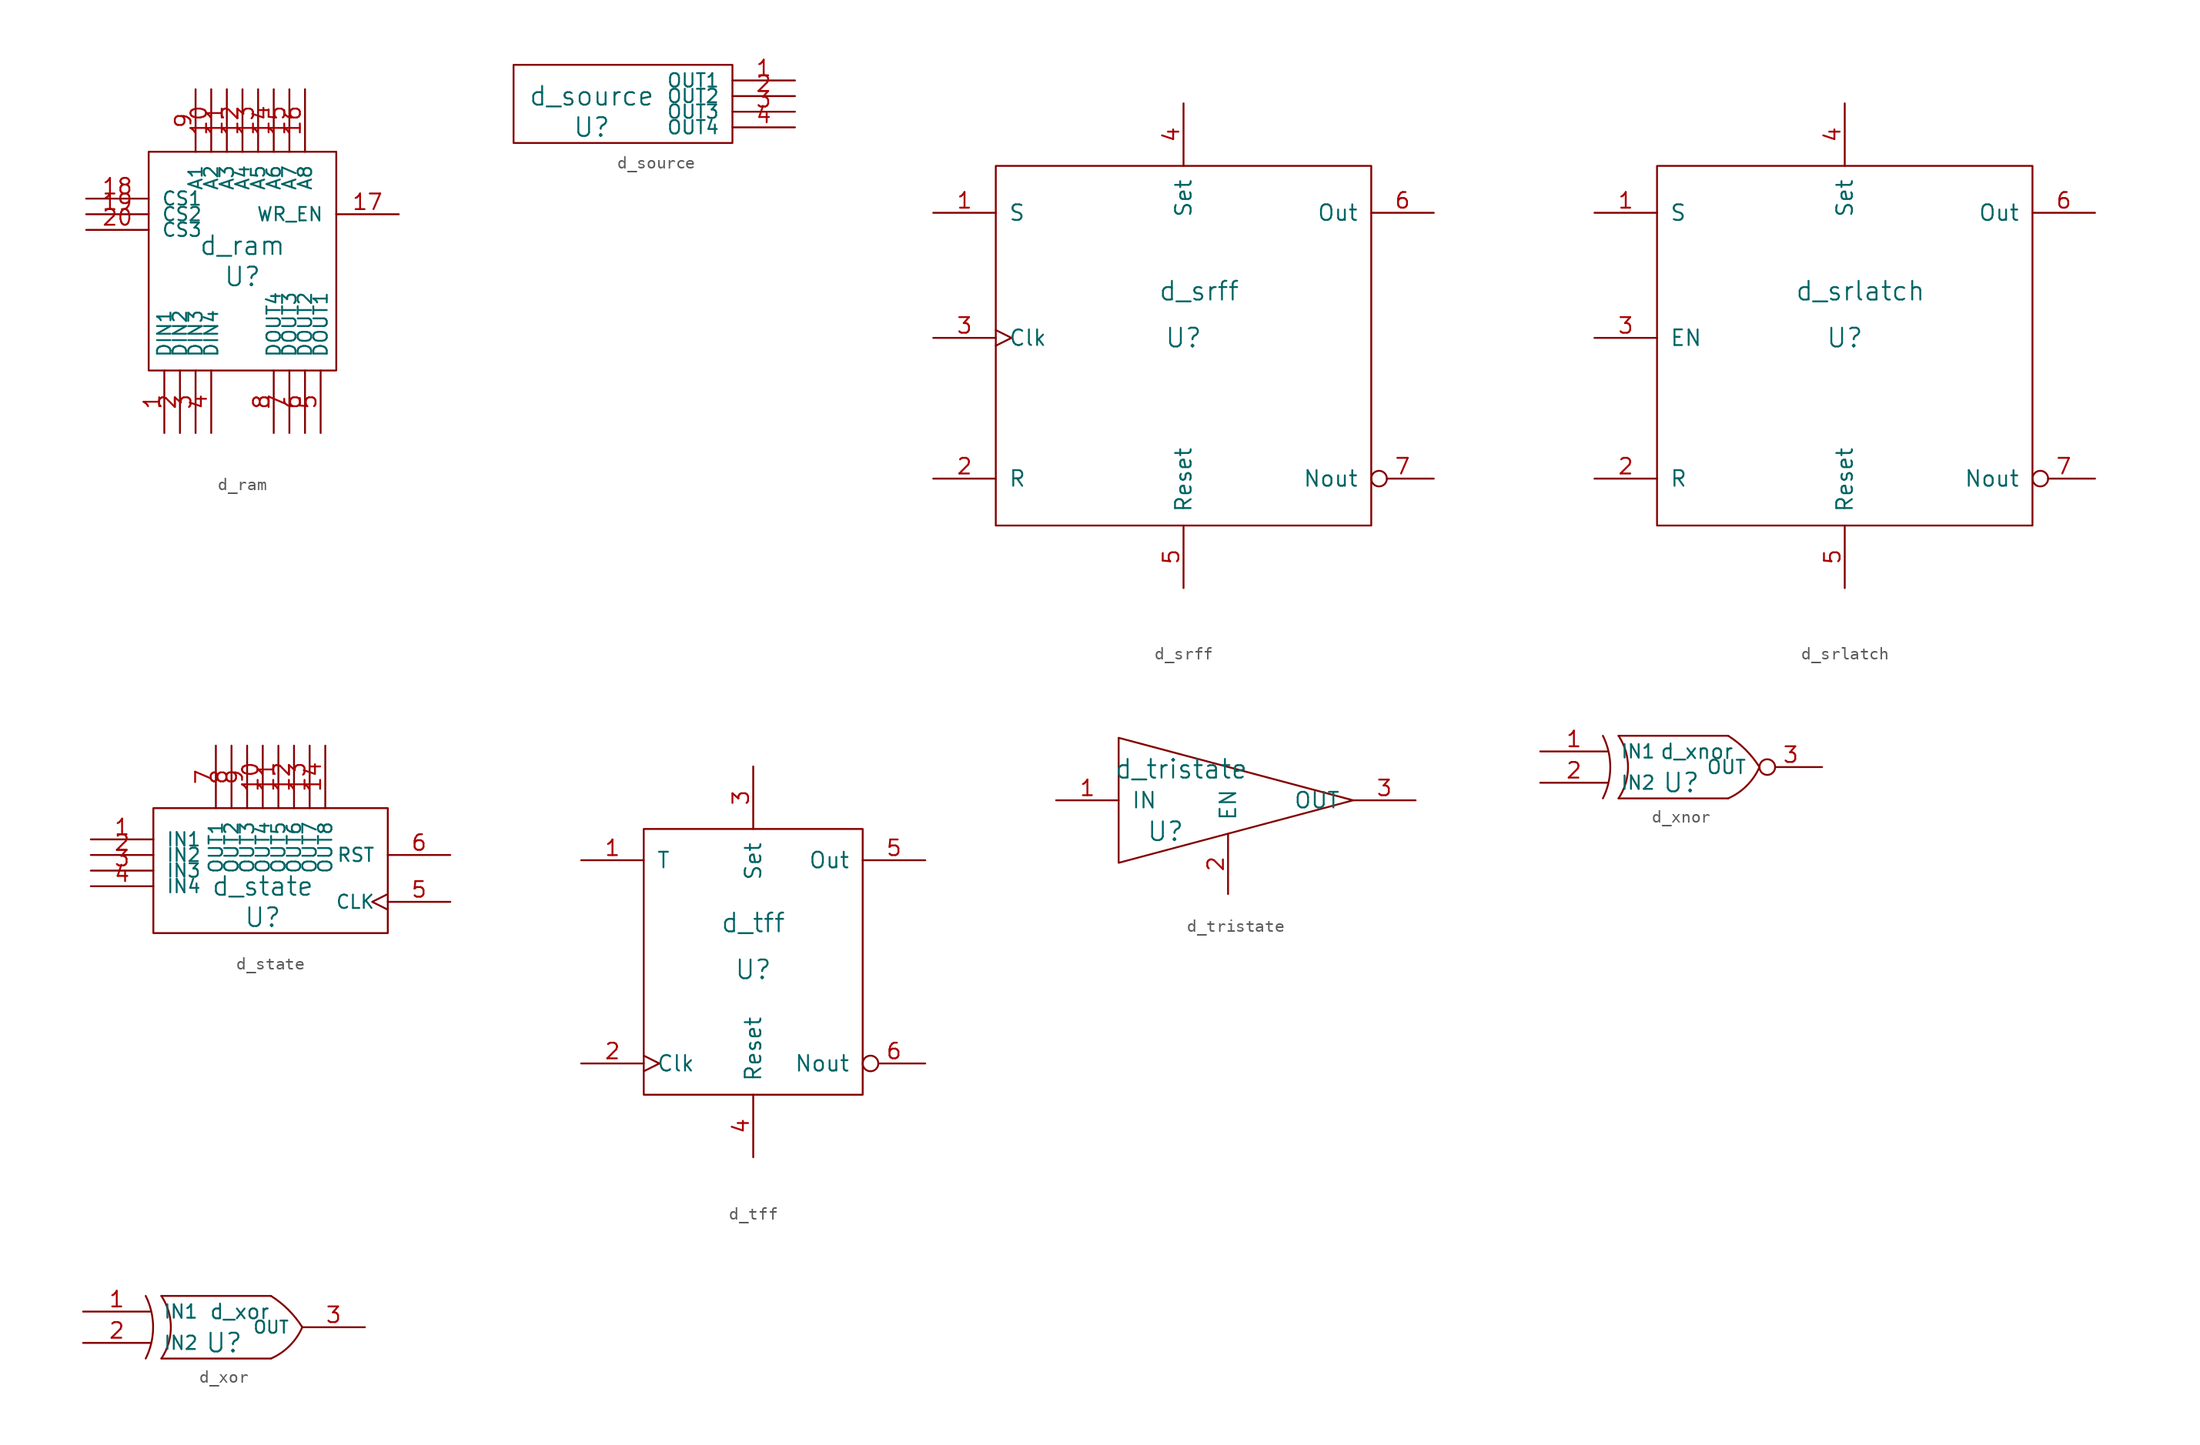
<source format=kicad_sym>
(kicad_symbol_lib
  (version 20211014)
  (generator kicad_symbol_editor)
  (symbol "d_ram"
    (pin_names
      (offset 1.016))
    (property "Reference" "U"
      (at 0 0 0)
      (effects (font (size 1.524 1.524))))
    (property "Value" "d_ram"
      (at 0 2.54 0)
      (effects (font (size 1.524 1.524))))
    (property "Footprint" ""
      (at 0 0 0)
      (effects (font (size 1.524 1.524))))
    (property "Datasheet" ""
      (at 0 0 0)
      (effects (font (size 1.524 1.524))))
    (symbol "d_ram_0_1"
      (rectangle (start -7.62 10.16) (end 7.62 -7.62) (stroke (width 0) (type default) (color 0 0 0 0)) (fill (type none))))
    (symbol "d_ram_1_1"
      (pin input line (at -6.35 -12.7 90) (length 5.08) (name "DIN1" (effects (font (size 1.092 1.092)))) (number "1" (effects (font (size 1.27 1.27)))))
      (pin input line (at -2.54 15.24 270) (length 5.08) (name "A2" (effects (font (size 1.092 1.092)))) (number "10" (effects (font (size 1.27 1.27)))))
      (pin input line (at -1.27 15.24 270) (length 5.08) (name "A3" (effects (font (size 1.092 1.092)))) (number "11" (effects (font (size 1.27 1.27)))))
      (pin input line (at 0 15.24 270) (length 5.08) (name "A4" (effects (font (size 1.092 1.092)))) (number "12" (effects (font (size 1.27 1.27)))))
      (pin input line (at 1.27 15.24 270) (length 5.08) (name "A5" (effects (font (size 1.092 1.092)))) (number "13" (effects (font (size 1.27 1.27)))))
      (pin input line (at 2.54 15.24 270) (length 5.08) (name "A6" (effects (font (size 1.092 1.092)))) (number "14" (effects (font (size 1.27 1.27)))))
      (pin input line (at 3.81 15.24 270) (length 5.08) (name "A7" (effects (font (size 1.092 1.092)))) (number "15" (effects (font (size 1.27 1.27)))))
      (pin input line (at 5.08 15.24 270) (length 5.08) (name "A8" (effects (font (size 1.092 1.092)))) (number "16" (effects (font (size 1.27 1.27)))))
      (pin input line (at 12.7 5.08 180) (length 5.08) (name "WR_EN" (effects (font (size 1.092 1.092)))) (number "17" (effects (font (size 1.27 1.27)))))
      (pin input line (at -12.7 6.35 0) (length 5.08) (name "CS1" (effects (font (size 1.092 1.092)))) (number "18" (effects (font (size 1.27 1.27)))))
      (pin input line (at -12.7 5.08 0) (length 5.08) (name "CS2" (effects (font (size 1.092 1.092)))) (number "19" (effects (font (size 1.27 1.27)))))
      (pin input line (at -5.08 -12.7 90) (length 5.08) (name "DIN2" (effects (font (size 1.092 1.092)))) (number "2" (effects (font (size 1.27 1.27)))))
      (pin input line (at -12.7 3.81 0) (length 5.08) (name "CS3" (effects (font (size 1.092 1.092)))) (number "20" (effects (font (size 1.27 1.27)))))
      (pin input line (at -3.81 -12.7 90) (length 5.08) (name "DIN3" (effects (font (size 1.092 1.092)))) (number "3" (effects (font (size 1.27 1.27)))))
      (pin input line (at -2.54 -12.7 90) (length 5.08) (name "DIN4" (effects (font (size 1.092 1.092)))) (number "4" (effects (font (size 1.27 1.27)))))
      (pin output line (at 6.35 -12.7 90) (length 5.08) (name "DOUT1" (effects (font (size 1.092 1.092)))) (number "5" (effects (font (size 1.27 1.27)))))
      (pin output line (at 5.08 -12.7 90) (length 5.08) (name "DOUT2" (effects (font (size 1.092 1.092)))) (number "6" (effects (font (size 1.27 1.27)))))
      (pin output line (at 3.81 -12.7 90) (length 5.08) (name "DOUT3" (effects (font (size 1.092 1.092)))) (number "7" (effects (font (size 1.27 1.27)))))
      (pin output line (at 2.54 -12.7 90) (length 5.08) (name "DOUT4" (effects (font (size 1.092 1.092)))) (number "8" (effects (font (size 1.27 1.27)))))
      (pin input line (at -3.81 15.24 270) (length 5.08) (name "A1" (effects (font (size 1.092 1.092)))) (number "9" (effects (font (size 1.27 1.27)))))))
  (symbol "d_source"
    (pin_names
      (offset 1.016))
    (property "Reference" "U"
      (at 0 0 0)
      (effects (font (size 1.524 1.524))))
    (property "Value" "d_source"
      (at 0 2.54 0)
      (effects (font (size 1.524 1.524))))
    (property "Footprint" ""
      (at 0 0 0)
      (effects (font (size 1.524 1.524))))
    (property "Datasheet" ""
      (at 0 0 0)
      (effects (font (size 1.524 1.524))))
    (symbol "d_source_0_1"
      (rectangle (start -6.35 5.08) (end 11.43 -1.27) (stroke (width 0) (type default) (color 0 0 0 0)) (fill (type none))))
    (symbol "d_source_1_1"
      (pin output line (at 16.51 3.81 180) (length 5.08) (name "OUT1" (effects (font (size 1.092 1.092)))) (number "1" (effects (font (size 1.27 1.27)))))
      (pin output line (at 16.51 2.54 180) (length 5.08) (name "OUT2" (effects (font (size 1.092 1.092)))) (number "2" (effects (font (size 1.27 1.27)))))
      (pin output line (at 16.51 1.27 180) (length 5.08) (name "OUT3" (effects (font (size 1.092 1.092)))) (number "3" (effects (font (size 1.27 1.27)))))
      (pin output line (at 16.51 0 180) (length 5.08) (name "OUT4" (effects (font (size 1.092 1.092)))) (number "4" (effects (font (size 1.27 1.27)))))))
  (symbol "d_srff"
    (pin_names
      (offset 1.016))
    (property "Reference" "U"
      (at 0 0 0)
      (effects (font (size 1.524 1.524))))
    (property "Value" "d_srff"
      (at 1.27 3.81 0)
      (effects (font (size 1.524 1.524))))
    (property "Footprint" ""
      (at 0 0 0)
      (effects (font (size 1.524 1.524))))
    (property "Datasheet" ""
      (at 0 0 0)
      (effects (font (size 1.524 1.524))))
    (symbol "d_srff_0_1"
      (rectangle (start 15.24 13.97) (end -15.24 -15.24) (stroke (width 0) (type default) (color 0 0 0 0)) (fill (type none))))
    (symbol "d_srff_1_1"
      (pin input line (at -20.32 10.16 0) (length 5.08) (name "S" (effects (font (size 1.27 1.27)))) (number "1" (effects (font (size 1.27 1.27)))))
      (pin input line (at -20.32 -11.43 0) (length 5.08) (name "R" (effects (font (size 1.27 1.27)))) (number "2" (effects (font (size 1.27 1.27)))))
      (pin input clock (at -20.32 0 0) (length 5.08) (name "Clk" (effects (font (size 1.27 1.27)))) (number "3" (effects (font (size 1.27 1.27)))))
      (pin input line (at 0 19.05 270) (length 5.08) (name "Set" (effects (font (size 1.27 1.27)))) (number "4" (effects (font (size 1.27 1.27)))))
      (pin input line (at 0 -20.32 90) (length 5.08) (name "Reset" (effects (font (size 1.27 1.27)))) (number "5" (effects (font (size 1.27 1.27)))))
      (pin output line (at 20.32 10.16 180) (length 5.08) (name "Out" (effects (font (size 1.27 1.27)))) (number "6" (effects (font (size 1.27 1.27)))))
      (pin output inverted (at 20.32 -11.43 180) (length 5.08) (name "Nout" (effects (font (size 1.27 1.27)))) (number "7" (effects (font (size 1.27 1.27)))))))
  (symbol "d_srlatch"
    (pin_names
      (offset 1.016))
    (property "Reference" "U"
      (at 0 0 0)
      (effects (font (size 1.524 1.524))))
    (property "Value" "d_srlatch"
      (at 1.27 3.81 0)
      (effects (font (size 1.524 1.524))))
    (property "Footprint" ""
      (at 0 0 0)
      (effects (font (size 1.524 1.524))))
    (property "Datasheet" ""
      (at 0 0 0)
      (effects (font (size 1.524 1.524))))
    (symbol "d_srlatch_0_1"
      (rectangle (start 15.24 13.97) (end -15.24 -15.24) (stroke (width 0) (type default) (color 0 0 0 0)) (fill (type none))))
    (symbol "d_srlatch_1_1"
      (pin input line (at -20.32 10.16 0) (length 5.08) (name "S" (effects (font (size 1.27 1.27)))) (number "1" (effects (font (size 1.27 1.27)))))
      (pin input line (at -20.32 -11.43 0) (length 5.08) (name "R" (effects (font (size 1.27 1.27)))) (number "2" (effects (font (size 1.27 1.27)))))
      (pin input line (at -20.32 0 0) (length 5.08) (name "EN" (effects (font (size 1.27 1.27)))) (number "3" (effects (font (size 1.27 1.27)))))
      (pin input line (at 0 19.05 270) (length 5.08) (name "Set" (effects (font (size 1.27 1.27)))) (number "4" (effects (font (size 1.27 1.27)))))
      (pin input line (at 0 -20.32 90) (length 5.08) (name "Reset" (effects (font (size 1.27 1.27)))) (number "5" (effects (font (size 1.27 1.27)))))
      (pin output line (at 20.32 10.16 180) (length 5.08) (name "Out" (effects (font (size 1.27 1.27)))) (number "6" (effects (font (size 1.27 1.27)))))
      (pin output inverted (at 20.32 -11.43 180) (length 5.08) (name "Nout" (effects (font (size 1.27 1.27)))) (number "7" (effects (font (size 1.27 1.27)))))))
  (symbol "d_state"
    (pin_names
      (offset 1.016))
    (property "Reference" "U"
      (at 0 0 0)
      (effects (font (size 1.524 1.524))))
    (property "Value" "d_state"
      (at 0 2.54 0)
      (effects (font (size 1.524 1.524))))
    (property "Footprint" ""
      (at 0 0 0)
      (effects (font (size 1.524 1.524))))
    (property "Datasheet" ""
      (at 0 0 0)
      (effects (font (size 1.524 1.524))))
    (symbol "d_state_0_1"
      (rectangle (start -8.89 8.89) (end 10.16 -1.27) (stroke (width 0) (type default) (color 0 0 0 0)) (fill (type none))))
    (symbol "d_state_1_1"
      (pin input line (at -13.97 6.35 0) (length 5.08) (name "IN1" (effects (font (size 1.092 1.092)))) (number "1" (effects (font (size 1.27 1.27)))))
      (pin output line (at 0 13.97 270) (length 5.08) (name "OUT4" (effects (font (size 1.092 1.092)))) (number "10" (effects (font (size 1.27 1.27)))))
      (pin output line (at 1.27 13.97 270) (length 5.08) (name "OUT5" (effects (font (size 1.092 1.092)))) (number "11" (effects (font (size 1.27 1.27)))))
      (pin output line (at 2.54 13.97 270) (length 5.08) (name "OUT6" (effects (font (size 1.092 1.092)))) (number "12" (effects (font (size 1.27 1.27)))))
      (pin output line (at 3.81 13.97 270) (length 5.08) (name "OUT7" (effects (font (size 1.092 1.092)))) (number "13" (effects (font (size 1.27 1.27)))))
      (pin output line (at 5.08 13.97 270) (length 5.08) (name "OUT8" (effects (font (size 1.092 1.092)))) (number "14" (effects (font (size 1.27 1.27)))))
      (pin input line (at -13.97 5.08 0) (length 5.08) (name "IN2" (effects (font (size 1.092 1.092)))) (number "2" (effects (font (size 1.27 1.27)))))
      (pin input line (at -13.97 3.81 0) (length 5.08) (name "IN3" (effects (font (size 1.092 1.092)))) (number "3" (effects (font (size 1.27 1.27)))))
      (pin input line (at -13.97 2.54 0) (length 5.08) (name "IN4" (effects (font (size 1.092 1.092)))) (number "4" (effects (font (size 1.27 1.27)))))
      (pin input clock (at 15.24 1.27 180) (length 5.08) (name "CLK" (effects (font (size 1.092 1.092)))) (number "5" (effects (font (size 1.27 1.27)))))
      (pin input line (at 15.24 5.08 180) (length 5.08) (name "RST" (effects (font (size 1.092 1.092)))) (number "6" (effects (font (size 1.27 1.27)))))
      (pin output line (at -3.81 13.97 270) (length 5.08) (name "OUT1" (effects (font (size 1.092 1.092)))) (number "7" (effects (font (size 1.27 1.27)))))
      (pin output line (at -2.54 13.97 270) (length 5.08) (name "OUT2" (effects (font (size 1.092 1.092)))) (number "8" (effects (font (size 1.27 1.27)))))
      (pin output line (at -1.27 13.97 270) (length 5.08) (name "OUT3" (effects (font (size 1.092 1.092)))) (number "9" (effects (font (size 1.27 1.27)))))))
  (symbol "d_tff"
    (pin_names
      (offset 1.016))
    (property "Reference" "U"
      (at 0 0 0)
      (effects (font (size 1.524 1.524))))
    (property "Value" "d_tff"
      (at 0 3.81 0)
      (effects (font (size 1.524 1.524))))
    (property "Footprint" ""
      (at 0 0 0)
      (effects (font (size 1.524 1.524))))
    (property "Datasheet" ""
      (at 0 0 0)
      (effects (font (size 1.524 1.524))))
    (symbol "d_tff_0_1"
      (rectangle (start 8.89 11.43) (end -8.89 -10.16) (stroke (width 0) (type default) (color 0 0 0 0)) (fill (type none))))
    (symbol "d_tff_1_1"
      (pin input line (at -13.97 8.89 0) (length 5.08) (name "T" (effects (font (size 1.27 1.27)))) (number "1" (effects (font (size 1.27 1.27)))))
      (pin input clock (at -13.97 -7.62 0) (length 5.08) (name "Clk" (effects (font (size 1.27 1.27)))) (number "2" (effects (font (size 1.27 1.27)))))
      (pin input line (at 0 16.51 270) (length 5.08) (name "Set" (effects (font (size 1.27 1.27)))) (number "3" (effects (font (size 1.27 1.27)))))
      (pin input line (at 0 -15.24 90) (length 5.08) (name "Reset" (effects (font (size 1.27 1.27)))) (number "4" (effects (font (size 1.27 1.27)))))
      (pin output line (at 13.97 8.89 180) (length 5.08) (name "Out" (effects (font (size 1.27 1.27)))) (number "5" (effects (font (size 1.27 1.27)))))
      (pin output inverted (at 13.97 -7.62 180) (length 5.08) (name "Nout" (effects (font (size 1.27 1.27)))) (number "6" (effects (font (size 1.27 1.27)))))))
  (symbol "d_tristate"
    (pin_names
      (offset 1.016))
    (property "Reference" "U"
      (at -6.35 6.35 0)
      (effects (font (size 1.524 1.524))))
    (property "Value" "d_tristate"
      (at -5.08 11.43 0)
      (effects (font (size 1.524 1.524))))
    (property "Footprint" ""
      (at -2.54 8.89 0)
      (effects (font (size 1.524 1.524))))
    (property "Datasheet" ""
      (at -2.54 8.89 0)
      (effects (font (size 1.524 1.524))))
    (symbol "d_tristate_0_1"
      (polyline (pts (xy -10.16 13.97) (xy -10.16 3.81) (xy 8.89 8.89) (xy -10.16 13.97)) (stroke (width 0) (type default) (color 0 0 0 0)) (fill (type none))))
    (symbol "d_tristate_1_1"
      (pin input line (at -15.24 8.89 0) (length 5.08) (name "IN" (effects (font (size 1.27 1.27)))) (number "1" (effects (font (size 1.27 1.27)))))
      (pin input line (at -1.27 1.27 90) (length 4.902) (name "EN" (effects (font (size 1.27 1.27)))) (number "2" (effects (font (size 1.27 1.27)))))
      (pin output line (at 13.97 8.89 180) (length 5.08) (name "OUT" (effects (font (size 1.27 1.27)))) (number "3" (effects (font (size 1.27 1.27)))))))
  (symbol "d_xnor"
    (pin_names
      (offset 1.016))
    (property "Reference" "U"
      (at 0 0 0)
      (effects (font (size 1.524 1.524))))
    (property "Value" "d_xnor"
      (at 1.27 2.54 0)
      (effects (font (size 1.194 1.194))))
    (property "Footprint" ""
      (at 0 0 0)
      (effects (font (size 1.524 1.524))))
    (property "Datasheet" ""
      (at 0 0 0)
      (effects (font (size 1.524 1.524))))
    (symbol "d_xnor_0_1"
      (arc (start -6.35 -1.27) (mid -5.7504 1.27) (end -6.35 3.81) (stroke (width 0) (type default) (color 0 0 0 0)) (fill (type none)))
      (arc (start -5.08 -1.27) (mid -4.3109 1.27) (end -5.08 3.81) (stroke (width 0) (type default) (color 0 0 0 0)) (fill (type none)))
      (polyline (pts (xy 3.81 -1.27) (xy -5.08 -1.27)) (stroke (width 0) (type default) (color 0 0 0 0)) (fill (type none)))
      (polyline (pts (xy 3.81 3.81) (xy -5.08 3.81)) (stroke (width 0) (type default) (color 0 0 0 0)) (fill (type none)))
      (arc (start 3.81 -1.27) (mid 5.3181 -0.2399) (end 6.35 1.27) (stroke (width 0) (type default) (color 0 0 0 0)) (fill (type none)))
      (arc (start 6.35 1.27) (mid 5.2222 2.6828) (end 3.81 3.81) (stroke (width 0) (type default) (color 0 0 0 0)) (fill (type none))))
    (symbol "d_xnor_1_1"
      (pin input line (at -11.43 2.54 0) (length 5.461) (name "IN1" (effects (font (size 1.092 1.092)))) (number "1" (effects (font (size 1.27 1.27)))))
      (pin input line (at -11.43 0 0) (length 5.461) (name "IN2" (effects (font (size 1.092 1.092)))) (number "2" (effects (font (size 1.27 1.27)))))
      (pin output inverted (at 11.43 1.27 180) (length 5.08) (name "OUT" (effects (font (size 1.092 1.092)))) (number "3" (effects (font (size 1.27 1.27)))))))
  (symbol "d_xor"
    (pin_names
      (offset 1.016))
    (property "Reference" "U"
      (at 0 0 0)
      (effects (font (size 1.524 1.524))))
    (property "Value" "d_xor"
      (at 1.27 2.54 0)
      (effects (font (size 1.194 1.194))))
    (property "Footprint" ""
      (at 0 0 0)
      (effects (font (size 1.524 1.524))))
    (property "Datasheet" ""
      (at 0 0 0)
      (effects (font (size 1.524 1.524))))
    (symbol "d_xor_0_1"
      (arc (start -6.35 -1.27) (mid -5.7504 1.27) (end -6.35 3.81) (stroke (width 0) (type default) (color 0 0 0 0)) (fill (type none)))
      (arc (start -5.08 -1.27) (mid -4.3109 1.27) (end -5.08 3.81) (stroke (width 0) (type default) (color 0 0 0 0)) (fill (type none)))
      (polyline (pts (xy 3.81 -1.27) (xy -5.08 -1.27)) (stroke (width 0) (type default) (color 0 0 0 0)) (fill (type none)))
      (polyline (pts (xy 3.81 3.81) (xy -5.08 3.81)) (stroke (width 0) (type default) (color 0 0 0 0)) (fill (type none)))
      (arc (start 3.81 -1.27) (mid 5.3181 -0.2399) (end 6.35 1.27) (stroke (width 0) (type default) (color 0 0 0 0)) (fill (type none)))
      (arc (start 6.35 1.27) (mid 5.2222 2.6828) (end 3.81 3.81) (stroke (width 0) (type default) (color 0 0 0 0)) (fill (type none))))
    (symbol "d_xor_1_1"
      (pin input line (at -11.43 2.54 0) (length 5.461) (name "IN1" (effects (font (size 1.092 1.092)))) (number "1" (effects (font (size 1.27 1.27)))))
      (pin input line (at -11.43 0 0) (length 5.461) (name "IN2" (effects (font (size 1.092 1.092)))) (number "2" (effects (font (size 1.27 1.27)))))
      (pin output line (at 11.43 1.27 180) (length 5.08) (name "OUT" (effects (font (size 0.991 0.991)))) (number "3" (effects (font (size 1.27 1.27))))))))
</source>
